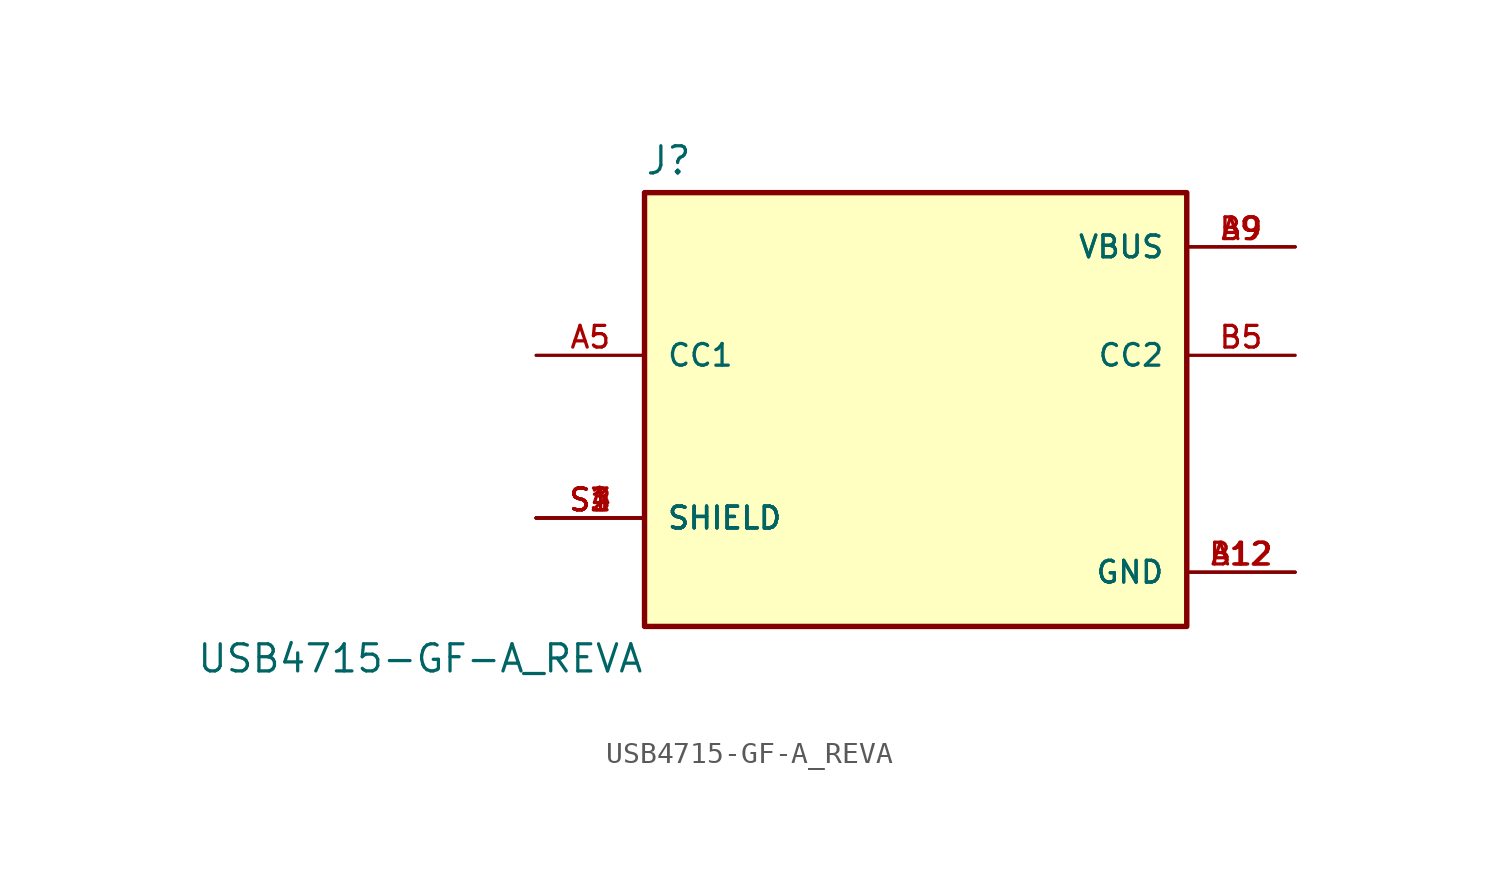
<source format=kicad_sym>
(kicad_symbol_lib
  (version 20211014)
  (generator kicad_symbol_editor)
  (symbol "USB4715-GF-A_REVA"
    (pin_names
      (offset 1.016))
    (property "Reference" "J"
      (at -12.7 10.922 0)
      (effects (font (size 1.27 1.27)) (justify left bottom)))
    (property "Value" "USB4715-GF-A_REVA"
      (at -12.7 -10.922 0)
      (effects (font (size 1.27 1.27)) (justify right top mirror)))
    (symbol "USB4715-GF-A_REVA_0_0"
      (rectangle (start -12.7 -10.16) (end 12.7 10.16) (stroke (width 0.254) (type default) (color 0 0 0 0)) (fill (type background)))
      (pin power_in line (at 17.78 -7.62 180) (length 5.08) (name "GND" (effects (font (size 1.016 1.016)))) (number "A12" (effects (font (size 1.016 1.016)))))
      (pin bidirectional line (at -17.78 2.54 0) (length 5.08) (name "CC1" (effects (font (size 1.016 1.016)))) (number "A5" (effects (font (size 1.016 1.016)))))
      (pin power_in line (at 17.78 7.62 180) (length 5.08) (name "VBUS" (effects (font (size 1.016 1.016)))) (number "A9" (effects (font (size 1.016 1.016)))))
      (pin power_in line (at 17.78 -7.62 180) (length 5.08) (name "GND" (effects (font (size 1.016 1.016)))) (number "B12" (effects (font (size 1.016 1.016)))))
      (pin bidirectional line (at 17.78 2.54 180) (length 5.08) (name "CC2" (effects (font (size 1.016 1.016)))) (number "B5" (effects (font (size 1.016 1.016)))))
      (pin power_in line (at 17.78 7.62 180) (length 5.08) (name "VBUS" (effects (font (size 1.016 1.016)))) (number "B9" (effects (font (size 1.016 1.016)))))
      (pin passive line (at -17.78 -5.08 0) (length 5.08) (name "SHIELD" (effects (font (size 1.016 1.016)))) (number "S1" (effects (font (size 1.016 1.016)))))
      (pin passive line (at -17.78 -5.08 0) (length 5.08) (name "SHIELD" (effects (font (size 1.016 1.016)))) (number "S2" (effects (font (size 1.016 1.016)))))
      (pin passive line (at -17.78 -5.08 0) (length 5.08) (name "SHIELD" (effects (font (size 1.016 1.016)))) (number "S3" (effects (font (size 1.016 1.016)))))
      (pin passive line (at -17.78 -5.08 0) (length 5.08) (name "SHIELD" (effects (font (size 1.016 1.016)))) (number "S4" (effects (font (size 1.016 1.016))))))))
</source>
